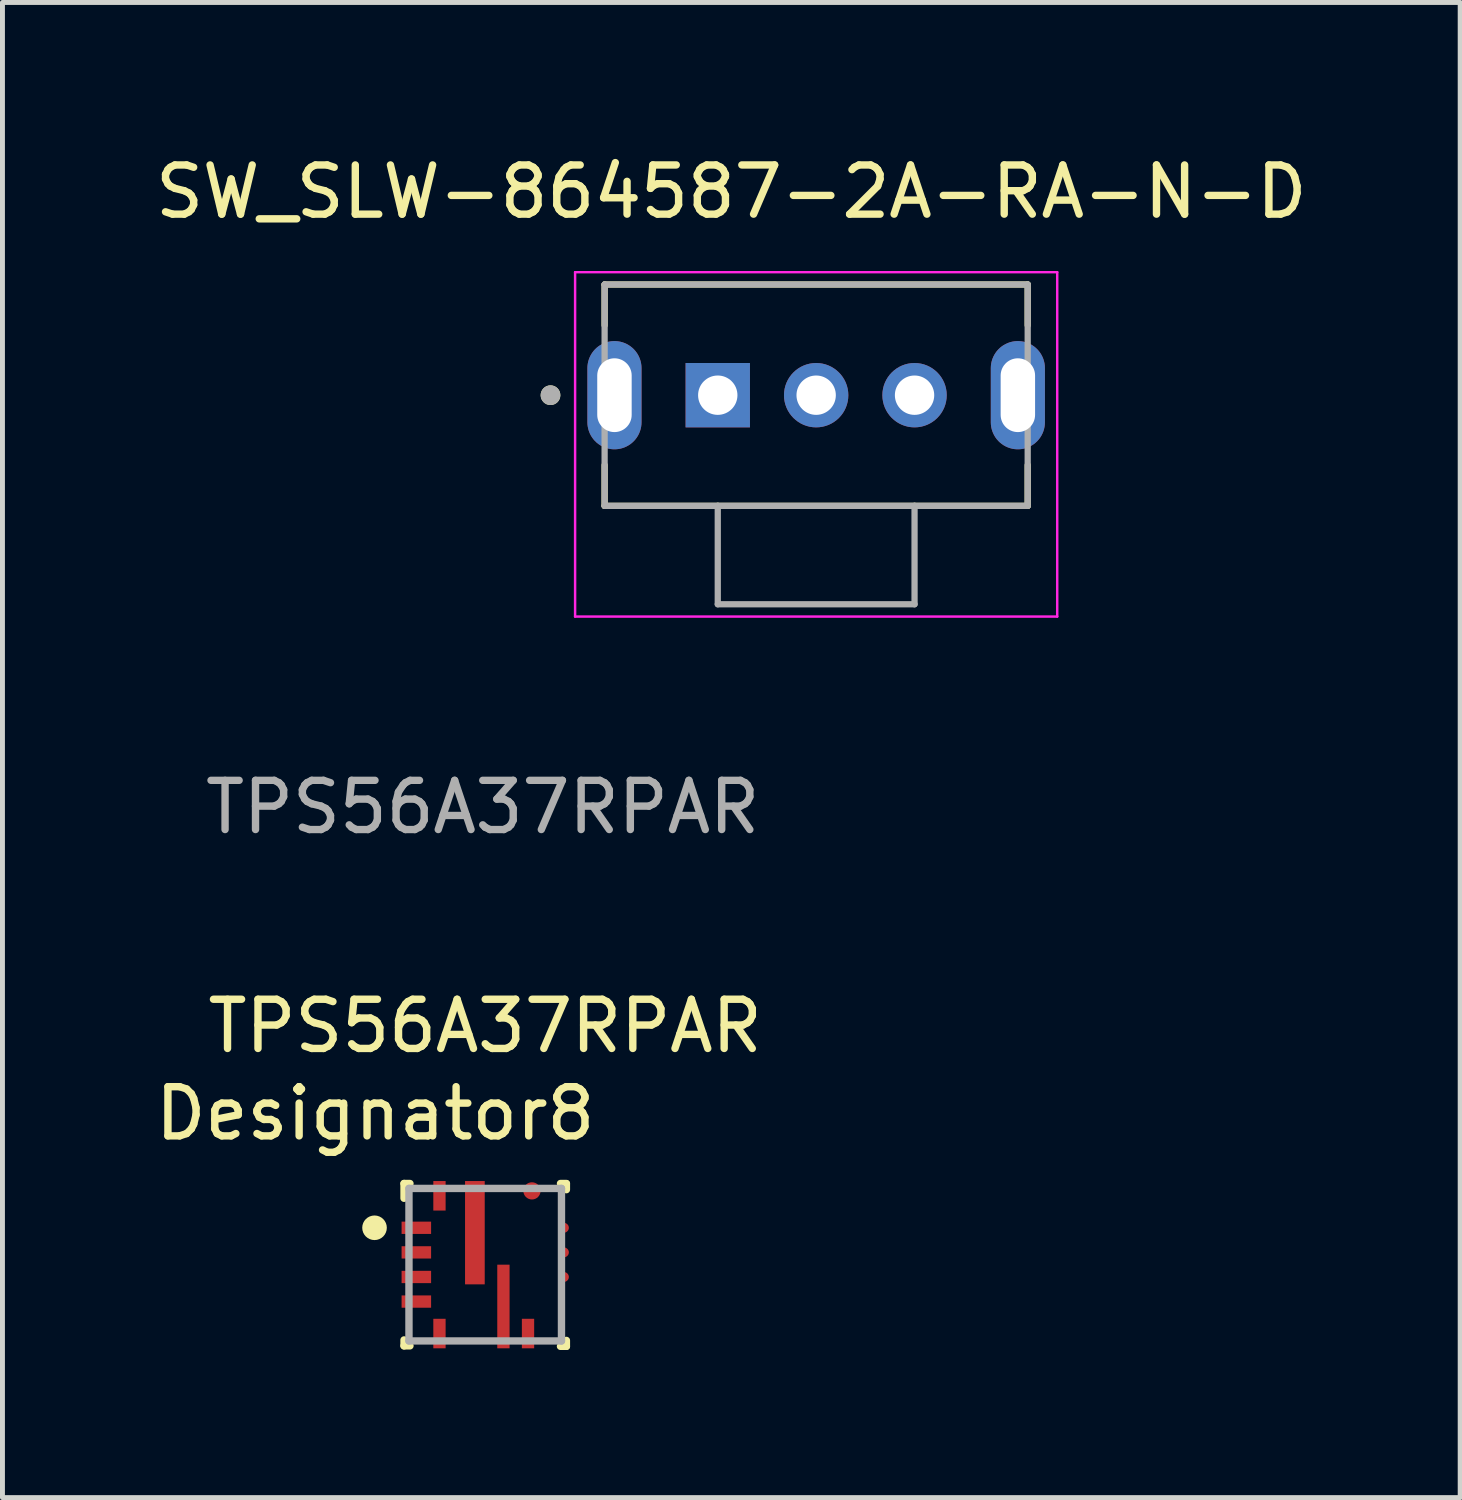
<source format=kicad_pcb>
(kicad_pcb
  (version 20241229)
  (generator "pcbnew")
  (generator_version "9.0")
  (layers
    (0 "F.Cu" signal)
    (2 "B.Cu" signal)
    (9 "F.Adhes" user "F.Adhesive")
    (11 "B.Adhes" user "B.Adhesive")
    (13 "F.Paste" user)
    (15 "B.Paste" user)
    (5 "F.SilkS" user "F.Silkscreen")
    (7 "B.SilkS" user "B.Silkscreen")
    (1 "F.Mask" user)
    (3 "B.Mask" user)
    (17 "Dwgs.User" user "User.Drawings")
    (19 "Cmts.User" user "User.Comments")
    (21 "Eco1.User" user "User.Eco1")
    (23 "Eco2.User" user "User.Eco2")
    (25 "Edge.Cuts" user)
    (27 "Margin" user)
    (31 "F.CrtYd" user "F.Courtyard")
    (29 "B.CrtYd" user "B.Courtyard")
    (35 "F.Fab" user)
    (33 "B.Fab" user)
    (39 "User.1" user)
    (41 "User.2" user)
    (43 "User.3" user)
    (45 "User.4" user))
  (footprint "SW_SLW-864587-2A-RA-N-D"
    (layer "F.Cu")
    (at 13.54 4.983)
    (property "Reference" "SW_SLW-864587-2A-RA-N-D" (at -1.725 -4.135 0) (layer "F.SilkS") (effects (font (size 1 1) (thickness 0.15))))
    (attr through_hole)
    (fp_line (start -4.3 -2.25) (end -4.3 -1.42) (stroke (width 0.127) (type solid)) (layer "F.SilkS"))
    (fp_line (start -4.3 2.25) (end -4.3 1.42) (stroke (width 0.127) (type solid)) (layer "F.SilkS"))
    (fp_line (start -4.3 2.25) (end -2 2.25) (stroke (width 0.127) (type solid)) (layer "F.SilkS"))
    (fp_line (start -2 2.25) (end 2 2.25) (stroke (width 0.127) (type solid)) (layer "F.SilkS"))
    (fp_line (start 2 2.25) (end 4.3 2.25) (stroke (width 0.127) (type solid)) (layer "F.SilkS"))
    (fp_line (start 4.3 -2.25) (end -4.3 -2.25) (stroke (width 0.127) (type solid)) (layer "F.SilkS"))
    (fp_line (start 4.3 -1.42) (end 4.3 -2.25) (stroke (width 0.127) (type solid)) (layer "F.SilkS"))
    (fp_line (start 4.3 2.25) (end 4.3 1.42) (stroke (width 0.127) (type solid)) (layer "F.SilkS"))
    (fp_circle (center -5.4 0) (end -5.3 0) (stroke (width 0.2) (type solid)) (fill no) (layer "F.SilkS"))
    (fp_line (start -4.9 -2.5) (end -4.9 4.5) (stroke (width 0.05) (type solid)) (layer "F.CrtYd"))
    (fp_line (start -4.9 4.5) (end 4.9 4.5) (stroke (width 0.05) (type solid)) (layer "F.CrtYd"))
    (fp_line (start 4.9 -2.5) (end -4.9 -2.5) (stroke (width 0.05) (type solid)) (layer "F.CrtYd"))
    (fp_line (start 4.9 4.5) (end 4.9 -2.5) (stroke (width 0.05) (type solid)) (layer "F.CrtYd"))
    (fp_line (start -4.3 -2.25) (end -4.3 2.25) (stroke (width 0.127) (type solid)) (layer "F.Fab"))
    (fp_line (start -4.3 2.25) (end -2 2.25) (stroke (width 0.127) (type solid)) (layer "F.Fab"))
    (fp_line (start -2 2.25) (end -2 4.25) (stroke (width 0.127) (type solid)) (layer "F.Fab"))
    (fp_line (start -2 2.25) (end 2 2.25) (stroke (width 0.127) (type solid)) (layer "F.Fab"))
    (fp_line (start -2 4.25) (end 2 4.25) (stroke (width 0.127) (type solid)) (layer "F.Fab"))
    (fp_line (start 2 2.25) (end 4.3 2.25) (stroke (width 0.127) (type solid)) (layer "F.Fab"))
    (fp_line (start 2 4.25) (end 2 2.25) (stroke (width 0.127) (type solid)) (layer "F.Fab"))
    (fp_line (start 4.3 -2.25) (end -4.3 -2.25) (stroke (width 0.127) (type solid)) (layer "F.Fab"))
    (fp_line (start 4.3 2.25) (end 4.3 -2.25) (stroke (width 0.127) (type solid)) (layer "F.Fab"))
    (fp_circle (center -5.4 0) (end -5.3 0) (stroke (width 0.2) (type solid)) (fill no) (layer "F.Fab"))
    (pad "1" thru_hole rect (at -2 0) (size 1.308 1.308) (drill 0.8) (layers "*.Cu" "*.Mask"))
    (pad "2" thru_hole circle (at 0 0) (size 1.308 1.308) (drill 0.8) (layers "*.Cu" "*.Mask"))
    (pad "3" thru_hole circle (at 2 0) (size 1.308 1.308) (drill 0.8) (layers "*.Cu" "*.Mask"))
    (pad "SH1" thru_hole oval (at -4.1 0) (size 1.1 2.2) (drill oval 0.7 1.5) (property pad_prop_mechanical) (layers "*.Cu" "*.Mask"))
    (pad "SH2" thru_hole oval (at 4.1 0) (size 1.1 2.2) (drill oval 0.7 1.5) (property pad_prop_mechanical) (layers "*.Cu" "*.Mask")))
  (footprint "TPS56A37RPAR"
    (layer "F.Cu")
    (at 6.813 22.657)
    (property "Reference" "TPS56A37RPAR" (at 0 -4.85 0) (unlocked yes) (layer "F.SilkS") (effects (font (size 1 1) (thickness 0.15))))
    (attr smd)
    (fp_poly (pts (xy 0.8 -1.7) (xy 0.75 -1.65) (xy 0.75 0.35) (xy 0.8 0.4) (xy 1.15 0.4) (xy 1.15 0.375) (xy 1.66 0.375) (xy 1.71 0.325) (xy 1.71 0.175) (xy 1.66 0.125) (xy 1.15 0.125) (xy 1.15 -0.125) (xy 1.66 -0.125) (xy 1.71 -0.175) (xy 1.71 -0.325) (xy 1.66 -0.375) (xy 1.15 -0.375) (xy 1.15 -0.625) (xy 1.66 -0.625) (xy 1.71 -0.675) (xy 1.71 -0.825) (xy 1.66 -0.875) (xy 1.2 -0.875) (xy 1.15 -0.925) (xy 1.15 -1.65) (xy 1.1 -1.7)) (stroke (width 0) (type solid)) (fill yes) (layer "F.Mask"))
    (fp_line (start -1.65 -1.65) (end -1.53 -1.65) (stroke (width 0.15) (type solid)) (layer "F.SilkS"))
    (fp_line (start -1.65 -1.35) (end -1.65 -1.65) (stroke (width 0.15) (type solid)) (layer "F.SilkS"))
    (fp_line (start -1.65 1.65) (end -1.65 1.53) (stroke (width 0.15) (type solid)) (layer "F.SilkS"))
    (fp_line (start -1.65 1.65) (end -1.53 1.65) (stroke (width 0.15) (type solid)) (layer "F.SilkS"))
    (fp_line (start 1.53 -1.65) (end 1.65 -1.65) (stroke (width 0.15) (type solid)) (layer "F.SilkS"))
    (fp_line (start 1.53 1.66) (end 1.65 1.66) (stroke (width 0.15) (type solid)) (layer "F.SilkS"))
    (fp_line (start 1.65 -1.525) (end 1.65 -1.645) (stroke (width 0.15) (type solid)) (layer "F.SilkS"))
    (fp_line (start 1.65 1.66) (end 1.65 1.54) (stroke (width 0.15) (type solid)) (layer "F.SilkS"))
    (fp_circle (center -2.25 -0.75) (end -2.125 -0.75) (stroke (width 0.25) (type solid)) (fill no) (layer "F.SilkS"))
    (fp_poly (pts (xy -0.41 0.345) (xy -0.41 -0.505) (xy -0.36 -0.555) (xy -0.06 -0.555) (xy -0.01 -0.505) (xy -0.01 0.345) (xy -0.06 0.395) (xy -0.36 0.395)) (stroke (width 0) (type solid)) (fill yes) (layer "F.Paste"))
    (fp_poly (pts (xy -0.36 -1.705) (xy -0.06 -1.705) (xy -0.01 -1.655) (xy -0.01 -0.805) (xy -0.06 -0.755) (xy -0.36 -0.755) (xy -0.41 -0.805) (xy -0.41 -1.655)) (stroke (width 0) (type solid)) (fill yes) (layer "F.Paste"))
    (fp_poly (pts (xy 0.245 1.655) (xy 0.245 1.005) (xy 0.295 0.955) (xy 0.445 0.955) (xy 0.495 1.005) (xy 0.495 1.655) (xy 0.445 1.705) (xy 0.295 1.705)) (stroke (width 0) (type solid)) (fill yes) (layer "F.Paste"))
    (fp_poly (pts (xy 0.445 0.005) (xy 0.495 0.055) (xy 0.495 0.705) (xy 0.445 0.755) (xy 0.295 0.755) (xy 0.245 0.705) (xy 0.245 0.055) (xy 0.295 0.005)) (stroke (width 0) (type solid)) (fill yes) (layer "F.Paste"))
    (fp_poly (pts (xy 0.8 -1.7) (xy 0.75 -1.65) (xy 0.75 0.35) (xy 0.8 0.4) (xy 1.15 0.4) (xy 1.15 0.375) (xy 1.66 0.375) (xy 1.71 0.325) (xy 1.71 0.175) (xy 1.66 0.125) (xy 1.15 0.125) (xy 1.15 -0.125) (xy 1.66 -0.125) (xy 1.71 -0.175) (xy 1.71 -0.325) (xy 1.66 -0.375) (xy 1.15 -0.375) (xy 1.15 -0.625) (xy 1.66 -0.625) (xy 1.71 -0.675) (xy 1.71 -0.825) (xy 1.66 -0.875) (xy 1.2 -0.875) (xy 1.15 -0.925) (xy 1.15 -1.65) (xy 1.1 -1.7)) (stroke (width 0) (type solid)) (fill yes) (layer "F.Paste"))
    (fp_line (start -1.55 -1.55) (end 1.55 -1.55) (stroke (width 0.15) (type solid)) (layer "F.Fab"))
    (fp_line (start -1.55 1.55) (end -1.55 -1.55) (stroke (width 0.15) (type solid)) (layer "F.Fab"))
    (fp_line (start -1.55 1.55) (end 1.55 1.55) (stroke (width 0.15) (type solid)) (layer "F.Fab"))
    (fp_line (start 1.55 1.55) (end 1.55 -1.55) (stroke (width 0.15) (type solid)) (layer "F.Fab"))
    (fp_text user "Designator8" (at -2.235 -3.073 0) (unlocked yes) (layer "F.SilkS") (effects (font (size 1 1) (thickness 0.15))))
    (fp_text user "${REFERENCE}" (at -0.05 -9.3 0) (unlocked yes) (layer "F.Fab") (effects (font (size 1 1) (thickness 0.15))))
    (pad "1" smd rect (at -1.4 -0.75) (size 0.6 0.25) (layers "F.Cu" "F.Mask" "F.Paste"))
    (pad "2" smd rect (at -1.4 -0.25) (size 0.6 0.25) (layers "F.Cu" "F.Mask" "F.Paste"))
    (pad "3" smd rect (at -1.4 0.25) (size 0.6 0.25) (layers "F.Cu" "F.Mask" "F.Paste"))
    (pad "4" smd rect (at -1.4 0.75) (size 0.6 0.25) (layers "F.Cu" "F.Mask" "F.Paste"))
    (pad "5" smd rect (at -0.93 1.4 90) (size 0.6 0.25) (layers "F.Cu" "F.Mask" "F.Paste"))
    (pad "6" smd rect (at 0.37 0.85) (size 0.25 1.7) (layers "F.Cu" "F.Mask"))
    (pad "7" smd rect (at 0.87 1.4 90) (size 0.6 0.25) (layers "F.Cu" "F.Mask" "F.Paste"))
    (pad "8" smd circle (at 0.95 -1.5) (size 0.35 0.35) (layers "F.Cu" "F.Mask" "F.Paste"))
    (pad "8" smd circle (at 1.6 -0.75) (size 0.2 0.2) (layers "F.Cu" "F.Mask" "F.Paste"))
    (pad "8" smd circle (at 1.6 -0.25) (size 0.2 0.2) (layers "F.Cu" "F.Mask" "F.Paste"))
    (pad "8" smd circle (at 1.6 0.25) (size 0.2 0.2) (layers "F.Cu" "F.Mask" "F.Paste"))
    (pad "9" smd rect (at -0.21 -0.65) (size 0.4 2.1) (layers "F.Cu" "F.Mask"))
    (pad "10" smd rect (at -0.93 -1.4 90) (size 0.6 0.25) (layers "F.Cu" "F.Mask" "F.Paste")))
  (gr_rect
    (start -3 -3)
    (end 26.631 27.391)
    (stroke (width 0.1) (type default))
    (fill no)
    (layer "Edge.Cuts")))
</source>
